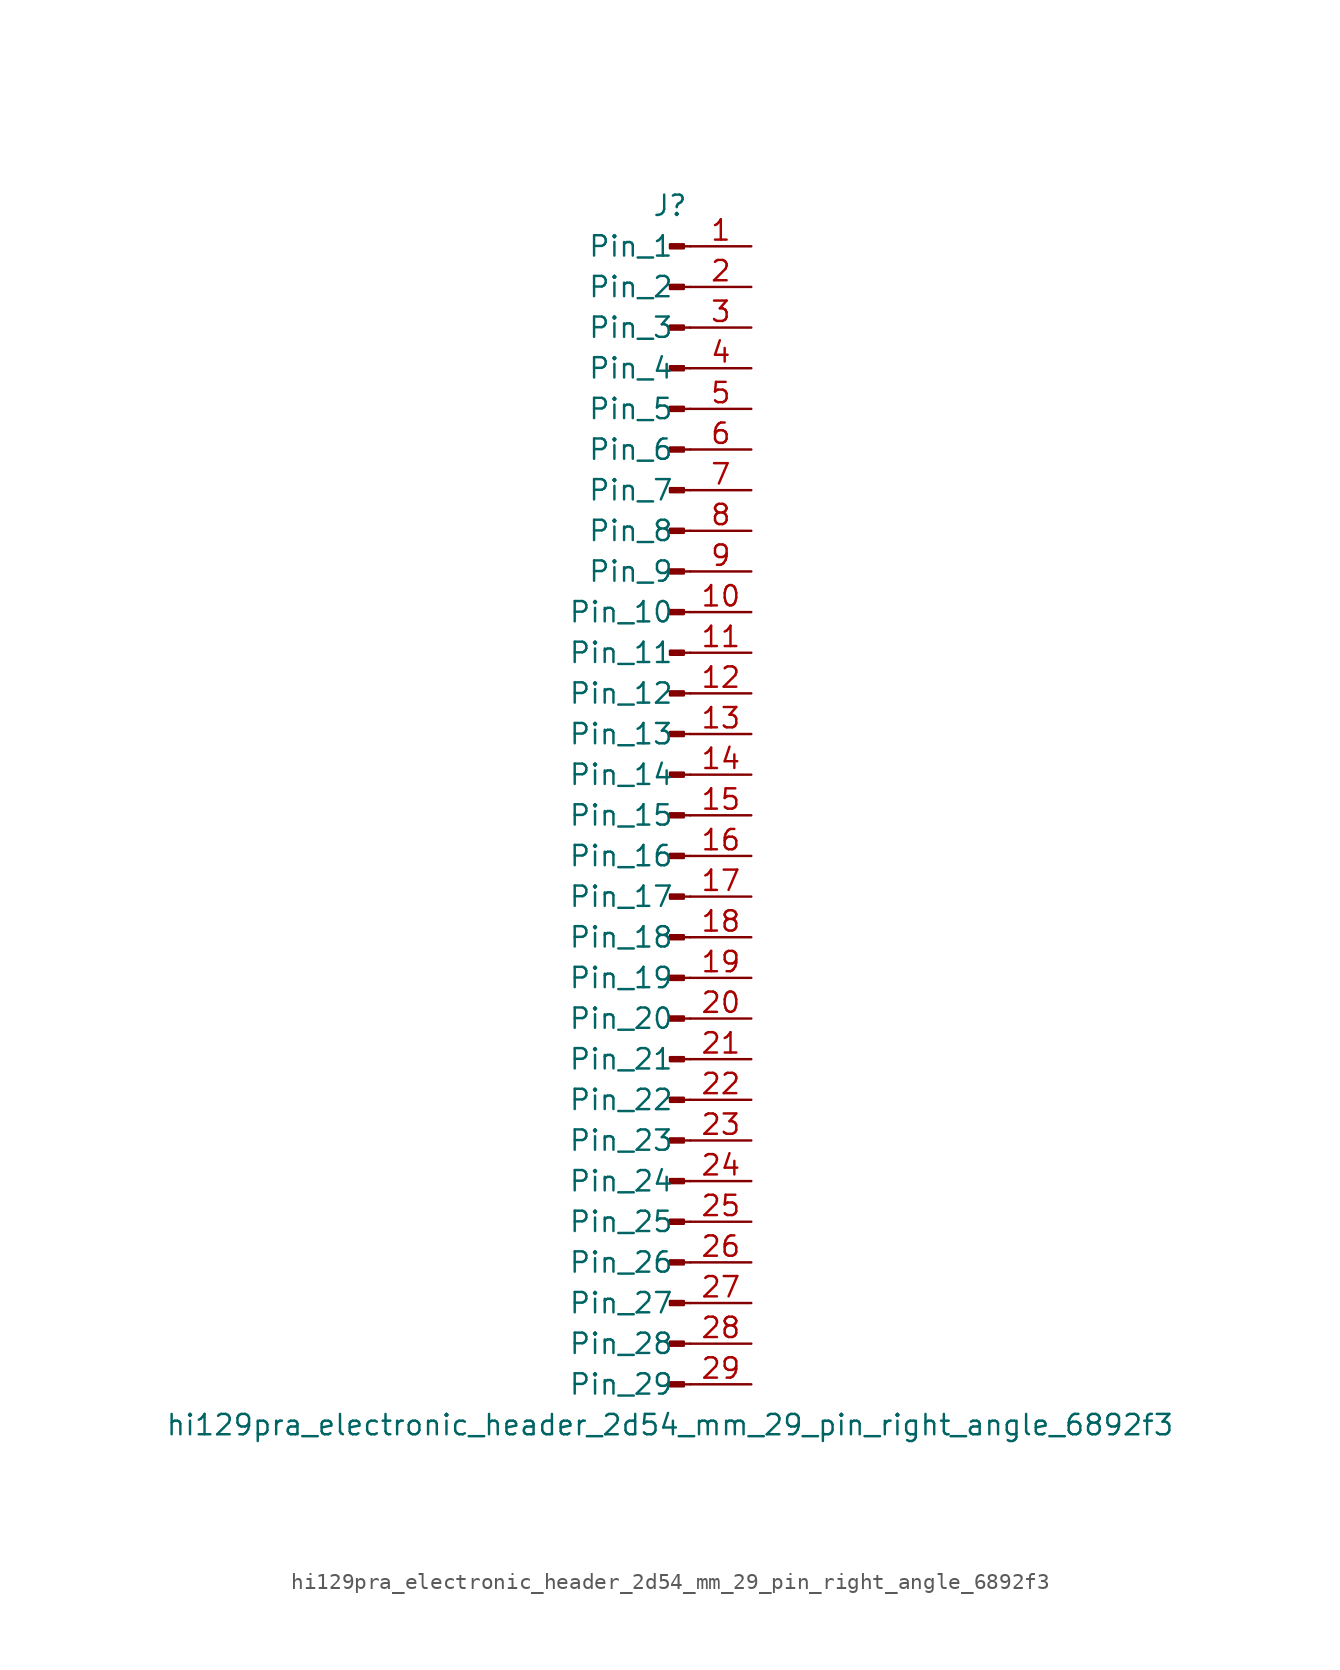
<source format=kicad_sym>
(kicad_symbol_lib
  (version 20220914)
  (generator kicad_symbol_editor)
  (symbol "hi129pra_electronic_header_2d54_mm_29_pin_right_angle_6892f3"
    (pin_names
      (offset 1.016))
    (property "Reference" "J"
      (at 0 38.1 0)
      (effects (font (size 1.27 1.27))))
    (property "Value" "hi129pra_electronic_header_2d54_mm_29_pin_right_angle_6892f3"
      (at 0 -38.1 0)
      (effects (font (size 1.27 1.27))))
    (property "ki_locked" ""
      (at 0 0 0)
      (effects (font (size 1.27 1.27))))
    (symbol "hi129pra_electronic_header_2d54_mm_29_pin_right_angle_6892f3_1_1"
      (polyline (pts (xy 1.27 -35.56) (xy 0.864 -35.56)) (stroke (width 0.152) (type default)) (fill (type none)))
      (polyline (pts (xy 1.27 -33.02) (xy 0.864 -33.02)) (stroke (width 0.152) (type default)) (fill (type none)))
      (polyline (pts (xy 1.27 -30.48) (xy 0.864 -30.48)) (stroke (width 0.152) (type default)) (fill (type none)))
      (polyline (pts (xy 1.27 -27.94) (xy 0.864 -27.94)) (stroke (width 0.152) (type default)) (fill (type none)))
      (polyline (pts (xy 1.27 -25.4) (xy 0.864 -25.4)) (stroke (width 0.152) (type default)) (fill (type none)))
      (polyline (pts (xy 1.27 -22.86) (xy 0.864 -22.86)) (stroke (width 0.152) (type default)) (fill (type none)))
      (polyline (pts (xy 1.27 -20.32) (xy 0.864 -20.32)) (stroke (width 0.152) (type default)) (fill (type none)))
      (polyline (pts (xy 1.27 -17.78) (xy 0.864 -17.78)) (stroke (width 0.152) (type default)) (fill (type none)))
      (polyline (pts (xy 1.27 -15.24) (xy 0.864 -15.24)) (stroke (width 0.152) (type default)) (fill (type none)))
      (polyline (pts (xy 1.27 -12.7) (xy 0.864 -12.7)) (stroke (width 0.152) (type default)) (fill (type none)))
      (polyline (pts (xy 1.27 -10.16) (xy 0.864 -10.16)) (stroke (width 0.152) (type default)) (fill (type none)))
      (polyline (pts (xy 1.27 -7.62) (xy 0.864 -7.62)) (stroke (width 0.152) (type default)) (fill (type none)))
      (polyline (pts (xy 1.27 -5.08) (xy 0.864 -5.08)) (stroke (width 0.152) (type default)) (fill (type none)))
      (polyline (pts (xy 1.27 -2.54) (xy 0.864 -2.54)) (stroke (width 0.152) (type default)) (fill (type none)))
      (polyline (pts (xy 1.27 0) (xy 0.864 0)) (stroke (width 0.152) (type default)) (fill (type none)))
      (polyline (pts (xy 1.27 2.54) (xy 0.864 2.54)) (stroke (width 0.152) (type default)) (fill (type none)))
      (polyline (pts (xy 1.27 5.08) (xy 0.864 5.08)) (stroke (width 0.152) (type default)) (fill (type none)))
      (polyline (pts (xy 1.27 7.62) (xy 0.864 7.62)) (stroke (width 0.152) (type default)) (fill (type none)))
      (polyline (pts (xy 1.27 10.16) (xy 0.864 10.16)) (stroke (width 0.152) (type default)) (fill (type none)))
      (polyline (pts (xy 1.27 12.7) (xy 0.864 12.7)) (stroke (width 0.152) (type default)) (fill (type none)))
      (polyline (pts (xy 1.27 15.24) (xy 0.864 15.24)) (stroke (width 0.152) (type default)) (fill (type none)))
      (polyline (pts (xy 1.27 17.78) (xy 0.864 17.78)) (stroke (width 0.152) (type default)) (fill (type none)))
      (polyline (pts (xy 1.27 20.32) (xy 0.864 20.32)) (stroke (width 0.152) (type default)) (fill (type none)))
      (polyline (pts (xy 1.27 22.86) (xy 0.864 22.86)) (stroke (width 0.152) (type default)) (fill (type none)))
      (polyline (pts (xy 1.27 25.4) (xy 0.864 25.4)) (stroke (width 0.152) (type default)) (fill (type none)))
      (polyline (pts (xy 1.27 27.94) (xy 0.864 27.94)) (stroke (width 0.152) (type default)) (fill (type none)))
      (polyline (pts (xy 1.27 30.48) (xy 0.864 30.48)) (stroke (width 0.152) (type default)) (fill (type none)))
      (polyline (pts (xy 1.27 33.02) (xy 0.864 33.02)) (stroke (width 0.152) (type default)) (fill (type none)))
      (polyline (pts (xy 1.27 35.56) (xy 0.864 35.56)) (stroke (width 0.152) (type default)) (fill (type none)))
      (rectangle (start 0.864 -35.433) (end 0 -35.687) (stroke (width 0.152) (type default)) (fill (type outline)))
      (rectangle (start 0.864 -32.893) (end 0 -33.147) (stroke (width 0.152) (type default)) (fill (type outline)))
      (rectangle (start 0.864 -30.353) (end 0 -30.607) (stroke (width 0.152) (type default)) (fill (type outline)))
      (rectangle (start 0.864 -27.813) (end 0 -28.067) (stroke (width 0.152) (type default)) (fill (type outline)))
      (rectangle (start 0.864 -25.273) (end 0 -25.527) (stroke (width 0.152) (type default)) (fill (type outline)))
      (rectangle (start 0.864 -22.733) (end 0 -22.987) (stroke (width 0.152) (type default)) (fill (type outline)))
      (rectangle (start 0.864 -20.193) (end 0 -20.447) (stroke (width 0.152) (type default)) (fill (type outline)))
      (rectangle (start 0.864 -17.653) (end 0 -17.907) (stroke (width 0.152) (type default)) (fill (type outline)))
      (rectangle (start 0.864 -15.113) (end 0 -15.367) (stroke (width 0.152) (type default)) (fill (type outline)))
      (rectangle (start 0.864 -12.573) (end 0 -12.827) (stroke (width 0.152) (type default)) (fill (type outline)))
      (rectangle (start 0.864 -10.033) (end 0 -10.287) (stroke (width 0.152) (type default)) (fill (type outline)))
      (rectangle (start 0.864 -7.493) (end 0 -7.747) (stroke (width 0.152) (type default)) (fill (type outline)))
      (rectangle (start 0.864 -4.953) (end 0 -5.207) (stroke (width 0.152) (type default)) (fill (type outline)))
      (rectangle (start 0.864 -2.413) (end 0 -2.667) (stroke (width 0.152) (type default)) (fill (type outline)))
      (rectangle (start 0.864 0.127) (end 0 -0.127) (stroke (width 0.152) (type default)) (fill (type outline)))
      (rectangle (start 0.864 2.667) (end 0 2.413) (stroke (width 0.152) (type default)) (fill (type outline)))
      (rectangle (start 0.864 5.207) (end 0 4.953) (stroke (width 0.152) (type default)) (fill (type outline)))
      (rectangle (start 0.864 7.747) (end 0 7.493) (stroke (width 0.152) (type default)) (fill (type outline)))
      (rectangle (start 0.864 10.287) (end 0 10.033) (stroke (width 0.152) (type default)) (fill (type outline)))
      (rectangle (start 0.864 12.827) (end 0 12.573) (stroke (width 0.152) (type default)) (fill (type outline)))
      (rectangle (start 0.864 15.367) (end 0 15.113) (stroke (width 0.152) (type default)) (fill (type outline)))
      (rectangle (start 0.864 17.907) (end 0 17.653) (stroke (width 0.152) (type default)) (fill (type outline)))
      (rectangle (start 0.864 20.447) (end 0 20.193) (stroke (width 0.152) (type default)) (fill (type outline)))
      (rectangle (start 0.864 22.987) (end 0 22.733) (stroke (width 0.152) (type default)) (fill (type outline)))
      (rectangle (start 0.864 25.527) (end 0 25.273) (stroke (width 0.152) (type default)) (fill (type outline)))
      (rectangle (start 0.864 28.067) (end 0 27.813) (stroke (width 0.152) (type default)) (fill (type outline)))
      (rectangle (start 0.864 30.607) (end 0 30.353) (stroke (width 0.152) (type default)) (fill (type outline)))
      (rectangle (start 0.864 33.147) (end 0 32.893) (stroke (width 0.152) (type default)) (fill (type outline)))
      (rectangle (start 0.864 35.687) (end 0 35.433) (stroke (width 0.152) (type default)) (fill (type outline)))
      (pin passive line (at 5.08 35.56 180) (length 3.81) (name "Pin_1" (effects (font (size 1.27 1.27)))) (number "1" (effects (font (size 1.27 1.27)))))
      (pin passive line (at 5.08 12.7 180) (length 3.81) (name "Pin_10" (effects (font (size 1.27 1.27)))) (number "10" (effects (font (size 1.27 1.27)))))
      (pin passive line (at 5.08 10.16 180) (length 3.81) (name "Pin_11" (effects (font (size 1.27 1.27)))) (number "11" (effects (font (size 1.27 1.27)))))
      (pin passive line (at 5.08 7.62 180) (length 3.81) (name "Pin_12" (effects (font (size 1.27 1.27)))) (number "12" (effects (font (size 1.27 1.27)))))
      (pin passive line (at 5.08 5.08 180) (length 3.81) (name "Pin_13" (effects (font (size 1.27 1.27)))) (number "13" (effects (font (size 1.27 1.27)))))
      (pin passive line (at 5.08 2.54 180) (length 3.81) (name "Pin_14" (effects (font (size 1.27 1.27)))) (number "14" (effects (font (size 1.27 1.27)))))
      (pin passive line (at 5.08 0 180) (length 3.81) (name "Pin_15" (effects (font (size 1.27 1.27)))) (number "15" (effects (font (size 1.27 1.27)))))
      (pin passive line (at 5.08 -2.54 180) (length 3.81) (name "Pin_16" (effects (font (size 1.27 1.27)))) (number "16" (effects (font (size 1.27 1.27)))))
      (pin passive line (at 5.08 -5.08 180) (length 3.81) (name "Pin_17" (effects (font (size 1.27 1.27)))) (number "17" (effects (font (size 1.27 1.27)))))
      (pin passive line (at 5.08 -7.62 180) (length 3.81) (name "Pin_18" (effects (font (size 1.27 1.27)))) (number "18" (effects (font (size 1.27 1.27)))))
      (pin passive line (at 5.08 -10.16 180) (length 3.81) (name "Pin_19" (effects (font (size 1.27 1.27)))) (number "19" (effects (font (size 1.27 1.27)))))
      (pin passive line (at 5.08 33.02 180) (length 3.81) (name "Pin_2" (effects (font (size 1.27 1.27)))) (number "2" (effects (font (size 1.27 1.27)))))
      (pin passive line (at 5.08 -12.7 180) (length 3.81) (name "Pin_20" (effects (font (size 1.27 1.27)))) (number "20" (effects (font (size 1.27 1.27)))))
      (pin passive line (at 5.08 -15.24 180) (length 3.81) (name "Pin_21" (effects (font (size 1.27 1.27)))) (number "21" (effects (font (size 1.27 1.27)))))
      (pin passive line (at 5.08 -17.78 180) (length 3.81) (name "Pin_22" (effects (font (size 1.27 1.27)))) (number "22" (effects (font (size 1.27 1.27)))))
      (pin passive line (at 5.08 -20.32 180) (length 3.81) (name "Pin_23" (effects (font (size 1.27 1.27)))) (number "23" (effects (font (size 1.27 1.27)))))
      (pin passive line (at 5.08 -22.86 180) (length 3.81) (name "Pin_24" (effects (font (size 1.27 1.27)))) (number "24" (effects (font (size 1.27 1.27)))))
      (pin passive line (at 5.08 -25.4 180) (length 3.81) (name "Pin_25" (effects (font (size 1.27 1.27)))) (number "25" (effects (font (size 1.27 1.27)))))
      (pin passive line (at 5.08 -27.94 180) (length 3.81) (name "Pin_26" (effects (font (size 1.27 1.27)))) (number "26" (effects (font (size 1.27 1.27)))))
      (pin passive line (at 5.08 -30.48 180) (length 3.81) (name "Pin_27" (effects (font (size 1.27 1.27)))) (number "27" (effects (font (size 1.27 1.27)))))
      (pin passive line (at 5.08 -33.02 180) (length 3.81) (name "Pin_28" (effects (font (size 1.27 1.27)))) (number "28" (effects (font (size 1.27 1.27)))))
      (pin passive line (at 5.08 -35.56 180) (length 3.81) (name "Pin_29" (effects (font (size 1.27 1.27)))) (number "29" (effects (font (size 1.27 1.27)))))
      (pin passive line (at 5.08 30.48 180) (length 3.81) (name "Pin_3" (effects (font (size 1.27 1.27)))) (number "3" (effects (font (size 1.27 1.27)))))
      (pin passive line (at 5.08 27.94 180) (length 3.81) (name "Pin_4" (effects (font (size 1.27 1.27)))) (number "4" (effects (font (size 1.27 1.27)))))
      (pin passive line (at 5.08 25.4 180) (length 3.81) (name "Pin_5" (effects (font (size 1.27 1.27)))) (number "5" (effects (font (size 1.27 1.27)))))
      (pin passive line (at 5.08 22.86 180) (length 3.81) (name "Pin_6" (effects (font (size 1.27 1.27)))) (number "6" (effects (font (size 1.27 1.27)))))
      (pin passive line (at 5.08 20.32 180) (length 3.81) (name "Pin_7" (effects (font (size 1.27 1.27)))) (number "7" (effects (font (size 1.27 1.27)))))
      (pin passive line (at 5.08 17.78 180) (length 3.81) (name "Pin_8" (effects (font (size 1.27 1.27)))) (number "8" (effects (font (size 1.27 1.27)))))
      (pin passive line (at 5.08 15.24 180) (length 3.81) (name "Pin_9" (effects (font (size 1.27 1.27)))) (number "9" (effects (font (size 1.27 1.27))))))))
</source>
